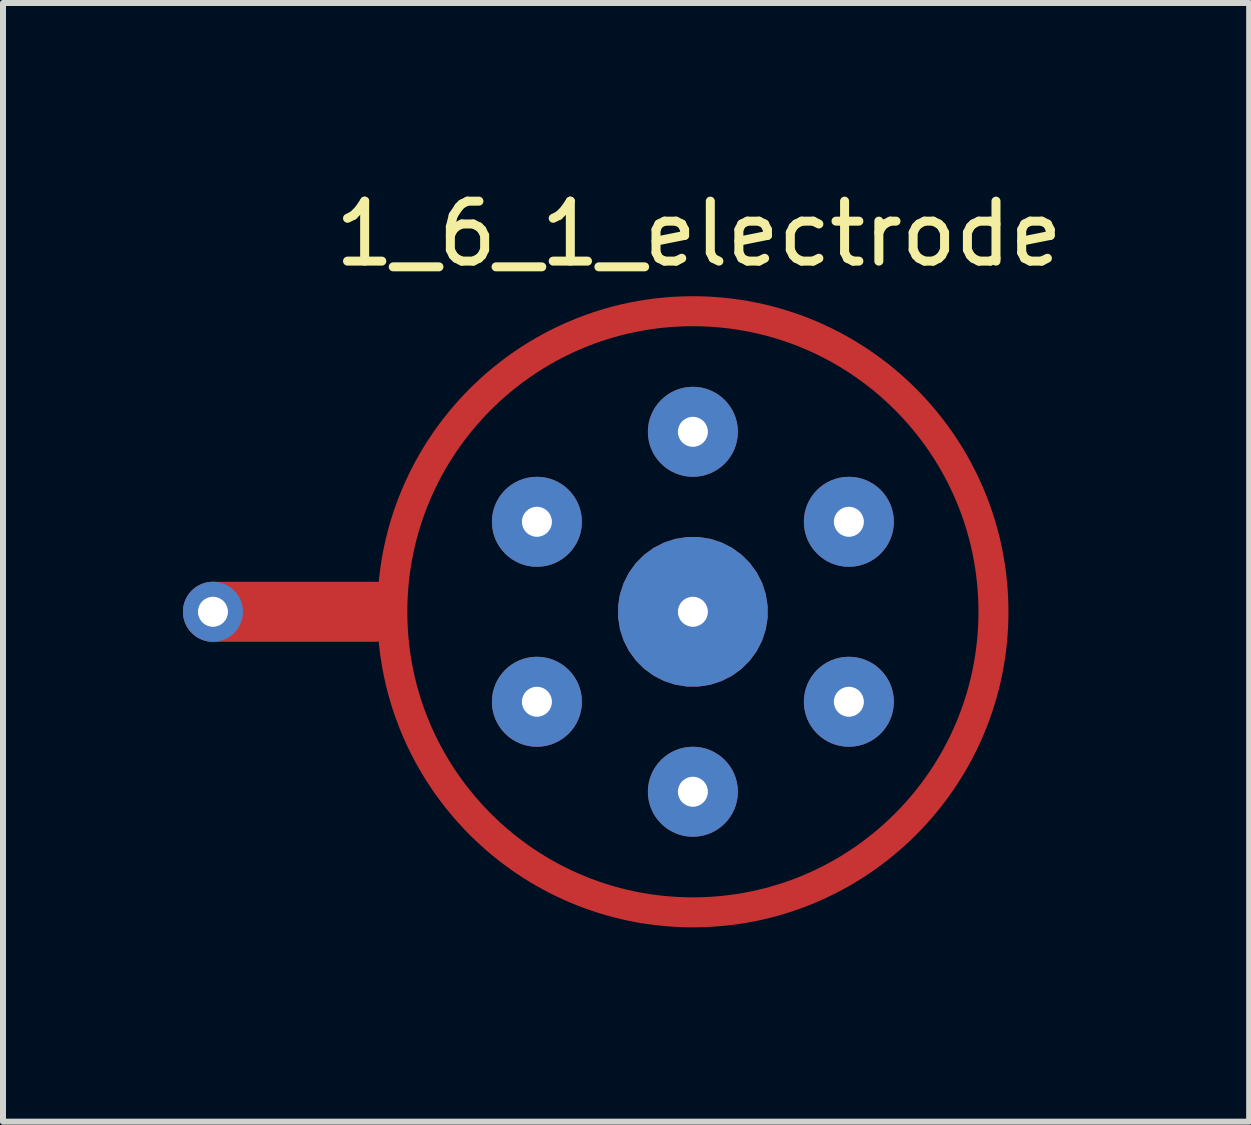
<source format=kicad_pcb>
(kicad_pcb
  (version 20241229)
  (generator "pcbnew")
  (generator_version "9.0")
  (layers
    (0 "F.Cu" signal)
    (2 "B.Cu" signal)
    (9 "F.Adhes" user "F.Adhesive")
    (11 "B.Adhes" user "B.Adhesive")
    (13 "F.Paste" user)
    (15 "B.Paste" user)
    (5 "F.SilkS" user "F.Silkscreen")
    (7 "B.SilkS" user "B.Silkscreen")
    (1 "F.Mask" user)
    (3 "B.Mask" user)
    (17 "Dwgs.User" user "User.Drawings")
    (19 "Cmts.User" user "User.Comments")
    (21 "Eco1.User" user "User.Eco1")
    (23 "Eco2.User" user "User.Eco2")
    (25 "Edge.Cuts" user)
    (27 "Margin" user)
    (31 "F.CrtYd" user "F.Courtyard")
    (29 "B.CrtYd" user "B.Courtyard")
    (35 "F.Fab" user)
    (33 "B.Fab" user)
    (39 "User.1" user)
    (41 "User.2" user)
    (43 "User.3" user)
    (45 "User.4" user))
  (footprint "1_6_1_electrode"
    (layer "F.Cu")
    (at 8.5 7.148)
    (property "Reference" "1_6_1_electrode" (at 0.1 -6.3 0) (unlocked yes) (layer "F.SilkS") (effects (font (size 1 1) (thickness 0.15))))
    (attr through_hole)
    (fp_line (start -8 0) (end -5.28 0) (stroke (width 1) (type solid)) (layer "F.Cu"))
    (fp_circle (center 0 0) (end 5.01 -0.04) (stroke (width 0.5) (type solid)) (fill no) (layer "F.Cu"))
    (fp_circle (center 0 0) (end 5 0) (stroke (width 1) (type solid)) (fill yes) (layer "F.Mask"))
    (pad "1" thru_hole custom (at 0 0) (size 2.5 2.5) (drill 0.5) (layers "*.Cu" "*.Mask") (options (anchor circle)) (primitives (gr_circle (center 0 0) (end 0.8 0) (width 0.12) (fill no))))
    (pad "2" thru_hole circle (at 0 -3) (size 1.5 1.5) (drill 0.5) (layers "*.Cu" "*.Mask"))
    (pad "3" thru_hole circle (at 2.6 -1.5) (size 1.5 1.5) (drill 0.5) (layers "*.Cu" "*.Mask"))
    (pad "4" thru_hole circle (at 2.6 1.5) (size 1.5 1.5) (drill 0.5) (layers "*.Cu" "*.Mask"))
    (pad "5" thru_hole circle (at 0 3) (size 1.5 1.5) (drill 0.5) (layers "*.Cu" "*.Mask"))
    (pad "6" thru_hole circle (at -2.6 1.5) (size 1.5 1.5) (drill 0.5) (layers "*.Cu" "*.Mask"))
    (pad "7" thru_hole circle (at -2.6 -1.5) (size 1.5 1.5) (drill 0.5) (layers "*.Cu" "*.Mask"))
    (pad "8" thru_hole circle (at -8 0) (size 1 1) (drill 0.5) (layers "*.Cu" "*.Mask")))
  (gr_rect
    (start -3 -3)
    (end 17.773 15.648)
    (stroke (width 0.1) (type default))
    (fill no)
    (layer "Edge.Cuts")))
</source>
